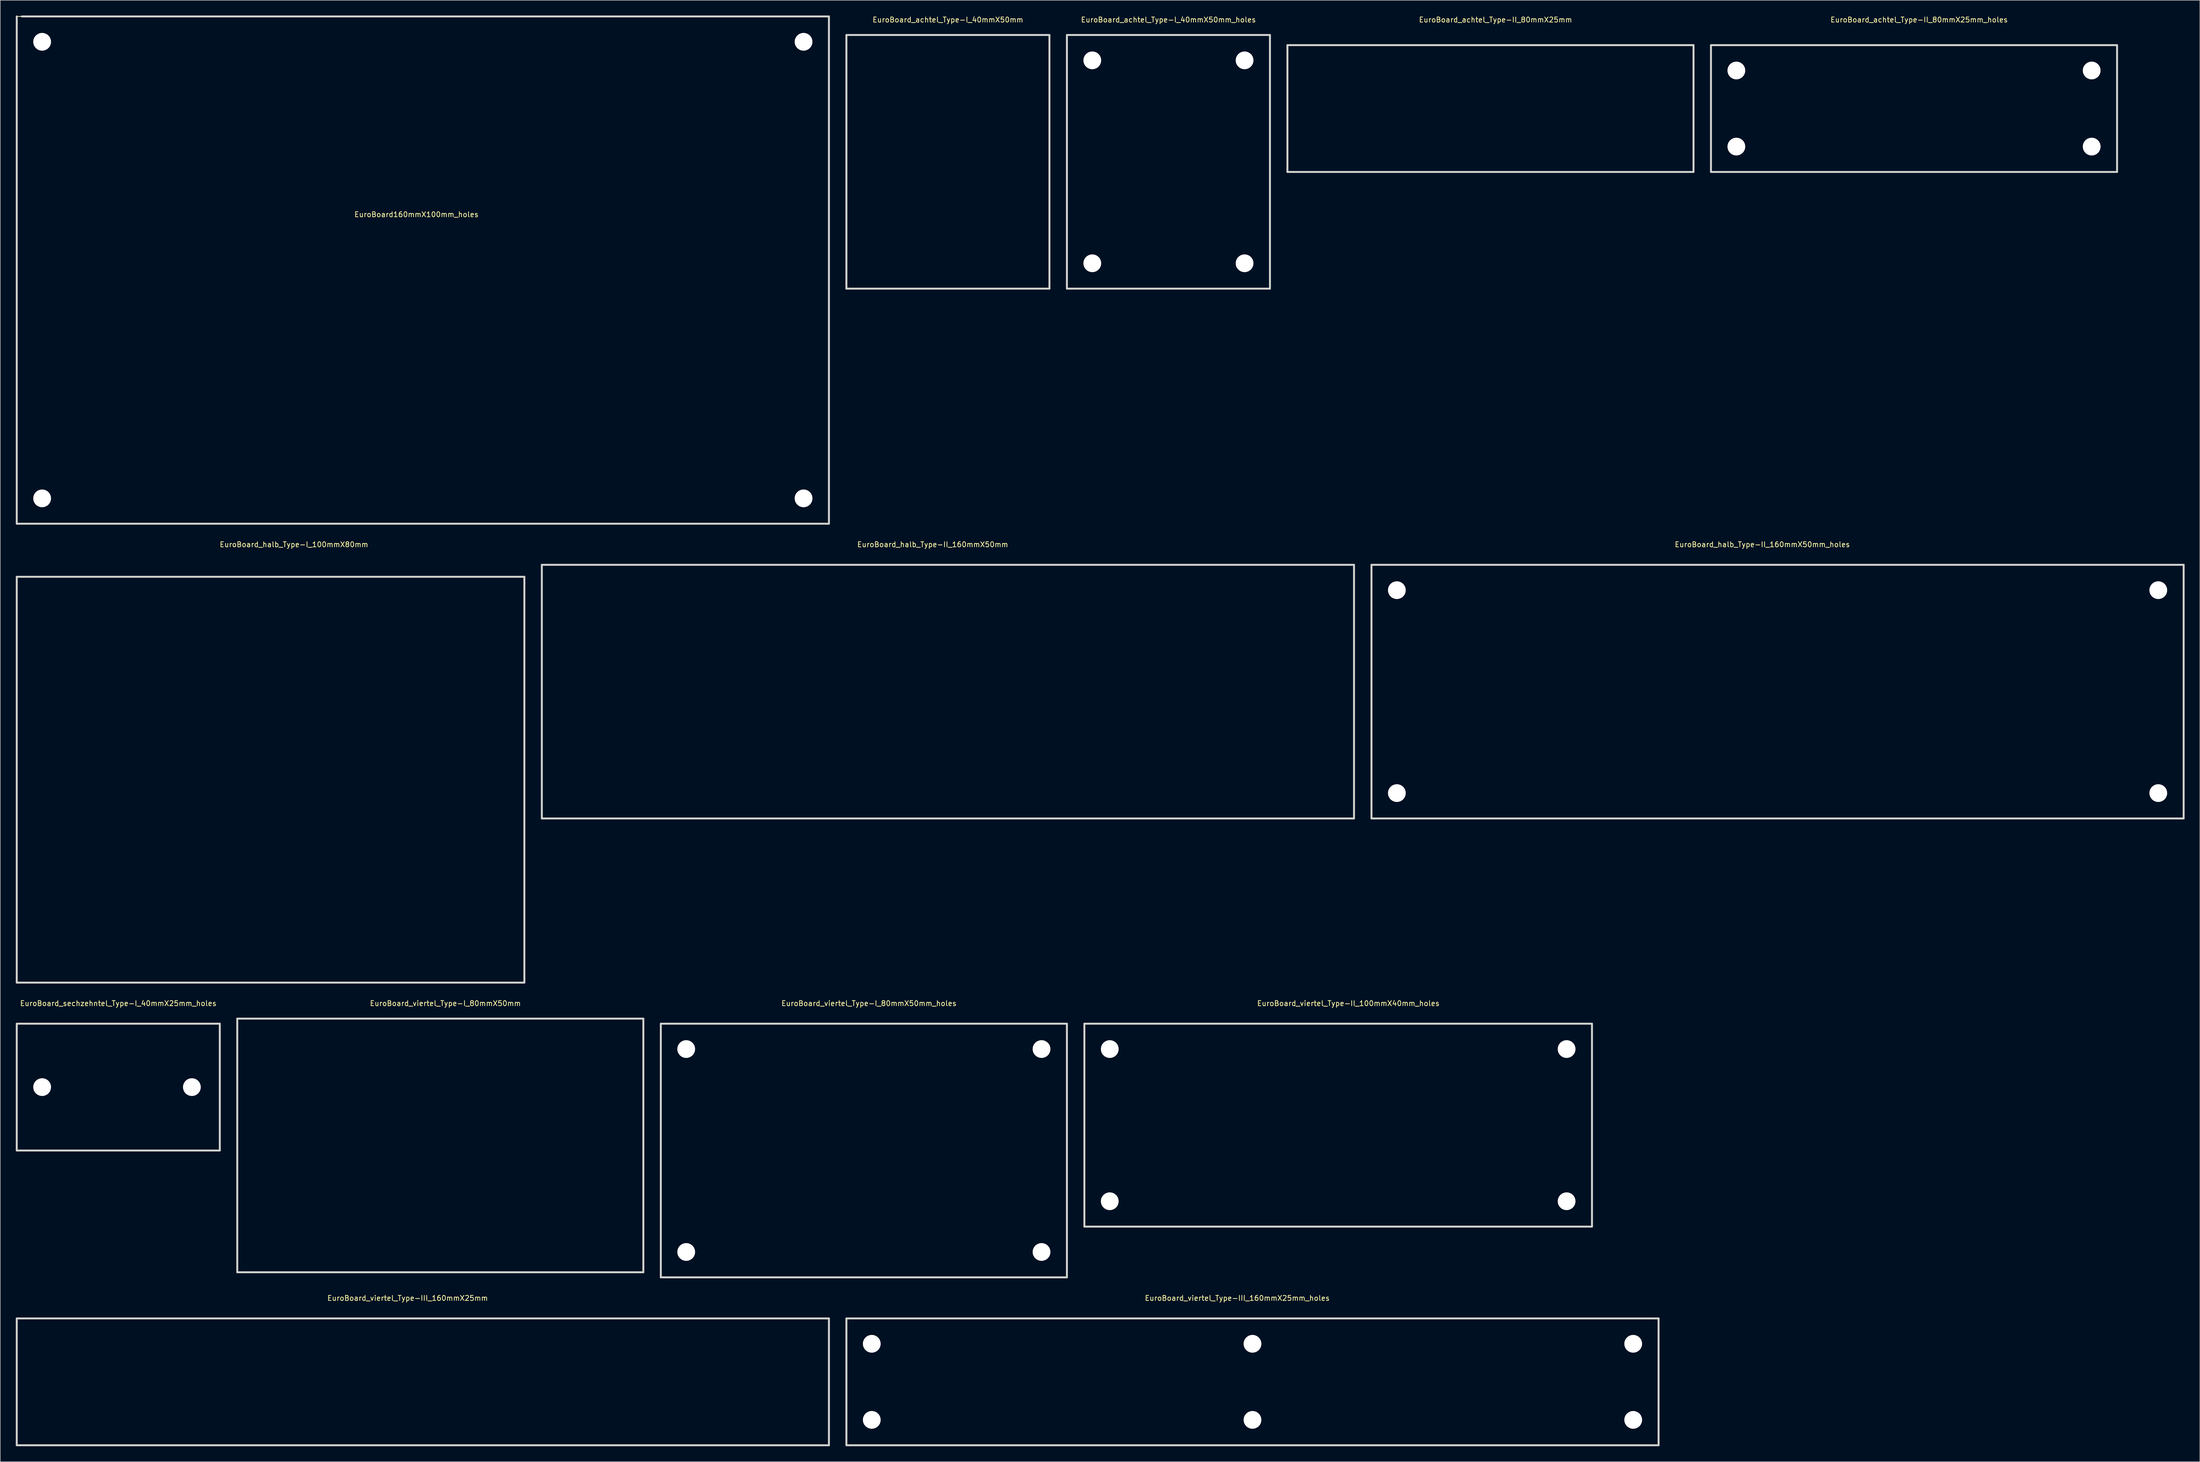
<source format=kicad_pcb>
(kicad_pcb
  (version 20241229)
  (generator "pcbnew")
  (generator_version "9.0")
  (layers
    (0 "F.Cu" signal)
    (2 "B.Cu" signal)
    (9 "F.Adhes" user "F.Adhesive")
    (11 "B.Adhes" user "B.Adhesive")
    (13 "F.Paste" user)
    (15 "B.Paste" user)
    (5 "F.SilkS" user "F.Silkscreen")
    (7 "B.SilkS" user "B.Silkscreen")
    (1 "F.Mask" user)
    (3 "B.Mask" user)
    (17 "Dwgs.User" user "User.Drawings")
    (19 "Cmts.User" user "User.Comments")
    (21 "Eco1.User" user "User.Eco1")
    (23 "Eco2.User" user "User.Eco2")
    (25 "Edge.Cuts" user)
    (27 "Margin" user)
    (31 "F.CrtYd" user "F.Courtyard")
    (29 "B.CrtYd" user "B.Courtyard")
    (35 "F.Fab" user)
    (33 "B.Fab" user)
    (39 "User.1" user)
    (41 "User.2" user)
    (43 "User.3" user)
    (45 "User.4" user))
  (footprint "EuroBoard_achtel_Type-I_40mmX50mm"
    (layer "F.Cu")
    (at 163.69 53.848)
    (property "Reference" "EuroBoard_achtel_Type-I_40mmX50mm" (at 20 -53 0) (layer "F.SilkS") (effects (font (size 1 1) (thickness 0.15))))
    (attr through_hole)
    (fp_line (start 0 -50) (end 0 0) (stroke (width 0.381) (type solid)) (layer "Edge.Cuts"))
    (fp_line (start 0 0) (end 40 0) (stroke (width 0.381) (type solid)) (layer "Edge.Cuts"))
    (fp_line (start 40 -50) (end 0 -50) (stroke (width 0.381) (type solid)) (layer "Edge.Cuts"))
    (fp_line (start 40 0) (end 40 -50) (stroke (width 0.381) (type solid)) (layer "Edge.Cuts")))
  (footprint "EuroBoard_halb_Type-I_100mmX80mm"
    (layer "F.Cu")
    (at 0.25 190.649)
    (property "Reference" "EuroBoard_halb_Type-I_100mmX80mm" (at 54.61 -86.36 0) (layer "F.SilkS") (effects (font (size 1 1) (thickness 0.15))))
    (attr through_hole)
    (fp_line (start 0 -80) (end 100 -80) (stroke (width 0.381) (type solid)) (layer "Edge.Cuts"))
    (fp_line (start 0 0) (end 0 -80) (stroke (width 0.381) (type solid)) (layer "Edge.Cuts"))
    (fp_line (start 100 -80) (end 100 0) (stroke (width 0.381) (type solid)) (layer "Edge.Cuts"))
    (fp_line (start 100 0) (end 0 0) (stroke (width 0.381) (type solid)) (layer "Edge.Cuts")))
  (footprint "EuroBoard_viertel_Type-II_100mmX40mm_holes"
    (layer "F.Cu")
    (at 210.571 238.747)
    (property "Reference" "EuroBoard_viertel_Type-II_100mmX40mm_holes" (at 51.999 -44 0) (layer "F.SilkS") (effects (font (size 1 1) (thickness 0.15))))
    (attr through_hole)
    (fp_line (start 0 -40) (end 0 0) (stroke (width 0.381) (type solid)) (layer "Edge.Cuts"))
    (fp_line (start 0 0) (end 100 0) (stroke (width 0.381) (type solid)) (layer "Edge.Cuts"))
    (fp_line (start 100 -40) (end 0 -40) (stroke (width 0.381) (type solid)) (layer "Edge.Cuts"))
    (fp_line (start 100 0) (end 100 -40) (stroke (width 0.381) (type solid)) (layer "Edge.Cuts"))
    (pad "" np_thru_hole circle (at 5.001 -35.001) (size 3.5 3.5) (drill 3.5) (layers "*.Cu" "*.Mask"))
    (pad "" np_thru_hole circle (at 5.001 -5.001) (size 3.5 3.5) (drill 3.5) (layers "*.Cu" "*.Mask"))
    (pad "" np_thru_hole circle (at 95.001 -35.001) (size 3.5 3.5) (drill 3.5) (layers "*.Cu" "*.Mask"))
    (pad "" np_thru_hole circle (at 95.001 -5.001) (size 3.5 3.5) (drill 3.5) (layers "*.Cu" "*.Mask")))
  (footprint "EuroBoard_halb_Type-II_160mmX50mm_holes"
    (layer "F.Cu")
    (at 267.13 158.289)
    (property "Reference" "EuroBoard_halb_Type-II_160mmX50mm_holes" (at 77 -54 0) (layer "F.SilkS") (effects (font (size 1 1) (thickness 0.15))))
    (attr through_hole)
    (fp_line (start 0 -50) (end 0 0) (stroke (width 0.381) (type solid)) (layer "Edge.Cuts"))
    (fp_line (start 0 0) (end 160 0) (stroke (width 0.381) (type solid)) (layer "Edge.Cuts"))
    (fp_line (start 160 -50) (end 0 -50) (stroke (width 0.381) (type solid)) (layer "Edge.Cuts"))
    (fp_line (start 160 0) (end 160 -50) (stroke (width 0.381) (type solid)) (layer "Edge.Cuts"))
    (pad "" np_thru_hole circle (at 5.001 -45.001) (size 3.5 3.5) (drill 3.5) (layers "*.Cu" "*.Mask"))
    (pad "" np_thru_hole circle (at 5.001 -5.001) (size 3.5 3.5) (drill 3.5) (layers "*.Cu" "*.Mask"))
    (pad "" np_thru_hole circle (at 155.001 -45.001) (size 3.5 3.5) (drill 3.5) (layers "*.Cu" "*.Mask"))
    (pad "" np_thru_hole circle (at 155.001 -5.001) (size 3.5 3.5) (drill 3.5) (layers "*.Cu" "*.Mask")))
  (footprint "EuroBoard_halb_Type-II_160mmX50mm"
    (layer "F.Cu")
    (at 103.69 158.289)
    (property "Reference" "EuroBoard_halb_Type-II_160mmX50mm" (at 77 -54 0) (layer "F.SilkS") (effects (font (size 1 1) (thickness 0.15))))
    (attr through_hole)
    (fp_line (start 0 -50) (end 0 0) (stroke (width 0.381) (type solid)) (layer "Edge.Cuts"))
    (fp_line (start 0 0) (end 160 0) (stroke (width 0.381) (type solid)) (layer "Edge.Cuts"))
    (fp_line (start 160 -50) (end 0 -50) (stroke (width 0.381) (type solid)) (layer "Edge.Cuts"))
    (fp_line (start 160 0) (end 160 -50) (stroke (width 0.381) (type solid)) (layer "Edge.Cuts")))
  (footprint "EuroBoard_viertel_Type-I_80mmX50mm_holes"
    (layer "F.Cu")
    (at 127.131 248.747)
    (property "Reference" "EuroBoard_viertel_Type-I_80mmX50mm_holes" (at 41.001 -54 0) (layer "F.SilkS") (effects (font (size 1 1) (thickness 0.15))))
    (attr through_hole)
    (fp_line (start 0 -50) (end 80 -50) (stroke (width 0.381) (type solid)) (layer "Edge.Cuts"))
    (fp_line (start 0 0) (end 0 -50) (stroke (width 0.381) (type solid)) (layer "Edge.Cuts"))
    (fp_line (start 80 -50) (end 80 0) (stroke (width 0.381) (type solid)) (layer "Edge.Cuts"))
    (fp_line (start 80 0) (end 0 0) (stroke (width 0.381) (type solid)) (layer "Edge.Cuts"))
    (pad "" np_thru_hole circle (at 5.001 -45.001) (size 3.5 3.5) (drill 3.5) (layers "*.Cu" "*.Mask"))
    (pad "" np_thru_hole circle (at 5.001 -5.001) (size 3.5 3.5) (drill 3.5) (layers "*.Cu" "*.Mask"))
    (pad "" np_thru_hole circle (at 75.001 -45.001) (size 3.5 3.5) (drill 3.5) (layers "*.Cu" "*.Mask"))
    (pad "" np_thru_hole circle (at 75.001 -5.001) (size 3.5 3.5) (drill 3.5) (layers "*.Cu" "*.Mask")))
  (footprint "EuroBoard160mmX100mm_holes"
    (layer "F.Cu")
    (at 0.25 100.19)
    (property "Reference" "EuroBoard160mmX100mm_holes" (at 78.74 -60.96 0) (layer "F.SilkS") (effects (font (size 1 1) (thickness 0.15))))
    (attr through_hole)
    (fp_line (start 1.001 -100) (end 0 -100) (stroke (width 0.15) (type solid)) (layer "F.SilkS"))
    (fp_line (start 0 -100) (end 0 0) (stroke (width 0.381) (type solid)) (layer "Edge.Cuts"))
    (fp_line (start 0 0) (end 160 0) (stroke (width 0.381) (type solid)) (layer "Edge.Cuts"))
    (fp_line (start 160 -100) (end 1.001 -100) (stroke (width 0.381) (type solid)) (layer "Edge.Cuts"))
    (fp_line (start 160 0) (end 160 -100) (stroke (width 0.381) (type solid)) (layer "Edge.Cuts"))
    (pad "" np_thru_hole circle (at 5.001 -95.001) (size 3.5 3.5) (drill 3.5) (layers "*.Cu" "*.Mask"))
    (pad "" np_thru_hole circle (at 5.001 -5.001) (size 3.5 3.5) (drill 3.5) (layers "*.Cu" "*.Mask"))
    (pad "" np_thru_hole circle (at 155.001 -95.001) (size 3.5 3.5) (drill 3.5) (layers "*.Cu" "*.Mask"))
    (pad "" np_thru_hole circle (at 155.001 -5.001) (size 3.5 3.5) (drill 3.5) (layers "*.Cu" "*.Mask")))
  (footprint "EuroBoard_viertel_Type-III_160mmX25mm_holes"
    (layer "F.Cu")
    (at 163.69 281.845)
    (property "Reference" "EuroBoard_viertel_Type-III_160mmX25mm_holes" (at 77 -28.999 0) (layer "F.SilkS") (effects (font (size 1 1) (thickness 0.15))))
    (attr through_hole)
    (fp_line (start 0 -25.001) (end 0 0) (stroke (width 0.381) (type solid)) (layer "Edge.Cuts"))
    (fp_line (start 0 0) (end 160 0) (stroke (width 0.381) (type solid)) (layer "Edge.Cuts"))
    (fp_line (start 160 -25.001) (end 0 -25.001) (stroke (width 0.381) (type solid)) (layer "Edge.Cuts"))
    (fp_line (start 160 0) (end 160 -25.001) (stroke (width 0.381) (type solid)) (layer "Edge.Cuts"))
    (pad "" np_thru_hole circle (at 5.001 -20) (size 3.5 3.5) (drill 3.5) (layers "*.Cu" "*.Mask"))
    (pad "" np_thru_hole circle (at 5.001 -5.001) (size 3.5 3.5) (drill 3.5) (layers "*.Cu" "*.Mask"))
    (pad "" np_thru_hole circle (at 80 -20) (size 3.5 3.5) (drill 3.5) (layers "*.Cu" "*.Mask"))
    (pad "" np_thru_hole circle (at 80 -5.001) (size 3.5 3.5) (drill 3.5) (layers "*.Cu" "*.Mask"))
    (pad "" np_thru_hole circle (at 155.001 -20) (size 3.5 3.5) (drill 3.5) (layers "*.Cu" "*.Mask"))
    (pad "" np_thru_hole circle (at 155.001 -5.001) (size 3.5 3.5) (drill 3.5) (layers "*.Cu" "*.Mask")))
  (footprint "EuroBoard_achtel_Type-II_80mmX25mm"
    (layer "F.Cu")
    (at 250.571 30.848)
    (property "Reference" "EuroBoard_achtel_Type-II_80mmX25mm" (at 41.001 -30 0) (layer "F.SilkS") (effects (font (size 1 1) (thickness 0.15))))
    (attr through_hole)
    (fp_line (start 0 -25.001) (end 0 0) (stroke (width 0.381) (type solid)) (layer "Edge.Cuts"))
    (fp_line (start 0 0) (end 80 0) (stroke (width 0.381) (type solid)) (layer "Edge.Cuts"))
    (fp_line (start 80 -25.001) (end 0 -25.001) (stroke (width 0.381) (type solid)) (layer "Edge.Cuts"))
    (fp_line (start 80 0) (end 80 -25.001) (stroke (width 0.381) (type solid)) (layer "Edge.Cuts")))
  (footprint "EuroBoard_achtel_Type-I_40mmX50mm_holes"
    (layer "F.Cu")
    (at 207.131 53.848)
    (property "Reference" "EuroBoard_achtel_Type-I_40mmX50mm_holes" (at 20 -53 0) (layer "F.SilkS") (effects (font (size 1 1) (thickness 0.15))))
    (attr through_hole)
    (fp_line (start 0 -50) (end 0 0) (stroke (width 0.381) (type solid)) (layer "Edge.Cuts"))
    (fp_line (start 0 0) (end 40 0) (stroke (width 0.381) (type solid)) (layer "Edge.Cuts"))
    (fp_line (start 40 -50) (end 0 -50) (stroke (width 0.381) (type solid)) (layer "Edge.Cuts"))
    (fp_line (start 40 0) (end 40 -50) (stroke (width 0.381) (type solid)) (layer "Edge.Cuts"))
    (pad "" np_thru_hole circle (at 5.001 -45.001) (size 3.5 3.5) (drill 3.5) (layers "*.Cu" "*.Mask"))
    (pad "" np_thru_hole circle (at 5.001 -5.001) (size 3.5 3.5) (drill 3.5) (layers "*.Cu" "*.Mask"))
    (pad "" np_thru_hole circle (at 35.001 -45.001) (size 3.5 3.5) (drill 3.5) (layers "*.Cu" "*.Mask"))
    (pad "" np_thru_hole circle (at 35.001 -5.001) (size 3.5 3.5) (drill 3.5) (layers "*.Cu" "*.Mask")))
  (footprint "EuroBoard_viertel_Type-III_160mmX25mm"
    (layer "F.Cu")
    (at 0.25 281.845)
    (property "Reference" "EuroBoard_viertel_Type-III_160mmX25mm" (at 77 -28.999 0) (layer "F.SilkS") (effects (font (size 1 1) (thickness 0.15))))
    (attr through_hole)
    (fp_line (start 0 -25.001) (end 0 0) (stroke (width 0.381) (type solid)) (layer "Edge.Cuts"))
    (fp_line (start 0 0) (end 160 0) (stroke (width 0.381) (type solid)) (layer "Edge.Cuts"))
    (fp_line (start 160 -25.001) (end 0 -25.001) (stroke (width 0.381) (type solid)) (layer "Edge.Cuts"))
    (fp_line (start 160 0) (end 160 -25.001) (stroke (width 0.381) (type solid)) (layer "Edge.Cuts")))
  (footprint "EuroBoard_viertel_Type-I_80mmX50mm"
    (layer "F.Cu")
    (at 43.69 247.746)
    (property "Reference" "EuroBoard_viertel_Type-I_80mmX50mm" (at 41.001 -53 0) (layer "F.SilkS") (effects (font (size 1 1) (thickness 0.15))))
    (attr through_hole)
    (fp_line (start 0 -50) (end 80 -50) (stroke (width 0.381) (type solid)) (layer "Edge.Cuts"))
    (fp_line (start 0 0) (end 0 -50) (stroke (width 0.381) (type solid)) (layer "Edge.Cuts"))
    (fp_line (start 80 -50) (end 80 0) (stroke (width 0.381) (type solid)) (layer "Edge.Cuts"))
    (fp_line (start 80 0) (end 0 0) (stroke (width 0.381) (type solid)) (layer "Edge.Cuts")))
  (footprint "EuroBoard_sechzehntel_Type-I_40mmX25mm_holes"
    (layer "F.Cu")
    (at 0.25 223.746)
    (property "Reference" "EuroBoard_sechzehntel_Type-I_40mmX25mm_holes" (at 20 -28.999 0) (layer "F.SilkS") (effects (font (size 1 1) (thickness 0.15))))
    (attr through_hole)
    (fp_line (start 0 -25.001) (end 0 0) (stroke (width 0.381) (type solid)) (layer "Edge.Cuts"))
    (fp_line (start 0 0) (end 40 0) (stroke (width 0.381) (type solid)) (layer "Edge.Cuts"))
    (fp_line (start 40 -25.001) (end 0 -25.001) (stroke (width 0.381) (type solid)) (layer "Edge.Cuts"))
    (fp_line (start 40 0) (end 40 -25.001) (stroke (width 0.381) (type solid)) (layer "Edge.Cuts"))
    (pad "" np_thru_hole circle (at 5.001 -12.499) (size 3.5 3.5) (drill 3.5) (layers "*.Cu" "*.Mask"))
    (pad "" np_thru_hole circle (at 34.501 -12.499) (size 3.5 3.5) (drill 3.5) (layers "*.Cu" "*.Mask")))
  (footprint "EuroBoard_achtel_Type-II_80mmX25mm_holes"
    (layer "F.Cu")
    (at 334.011 30.848)
    (property "Reference" "EuroBoard_achtel_Type-II_80mmX25mm_holes" (at 41.001 -30 0) (layer "F.SilkS") (effects (font (size 1 1) (thickness 0.15))))
    (attr through_hole)
    (fp_line (start 0 -25.001) (end 0 0) (stroke (width 0.381) (type solid)) (layer "Edge.Cuts"))
    (fp_line (start 0 0) (end 80 0) (stroke (width 0.381) (type solid)) (layer "Edge.Cuts"))
    (fp_line (start 80 -25.001) (end 0 -25.001) (stroke (width 0.381) (type solid)) (layer "Edge.Cuts"))
    (fp_line (start 80 0) (end 80 -25.001) (stroke (width 0.381) (type solid)) (layer "Edge.Cuts"))
    (pad "" np_thru_hole circle (at 5.001 -20) (size 3.5 3.5) (drill 3.5) (layers "*.Cu" "*.Mask"))
    (pad "" np_thru_hole circle (at 5.001 -5.001) (size 3.5 3.5) (drill 3.5) (layers "*.Cu" "*.Mask"))
    (pad "" np_thru_hole circle (at 75.001 -20) (size 3.5 3.5) (drill 3.5) (layers "*.Cu" "*.Mask"))
    (pad "" np_thru_hole circle (at 75.001 -5.001) (size 3.5 3.5) (drill 3.5) (layers "*.Cu" "*.Mask")))
  (gr_rect
    (start -3 -3)
    (end 430.321 285.095)
    (stroke (width 0.1) (type default))
    (fill no)
    (layer "Edge.Cuts")))
</source>
